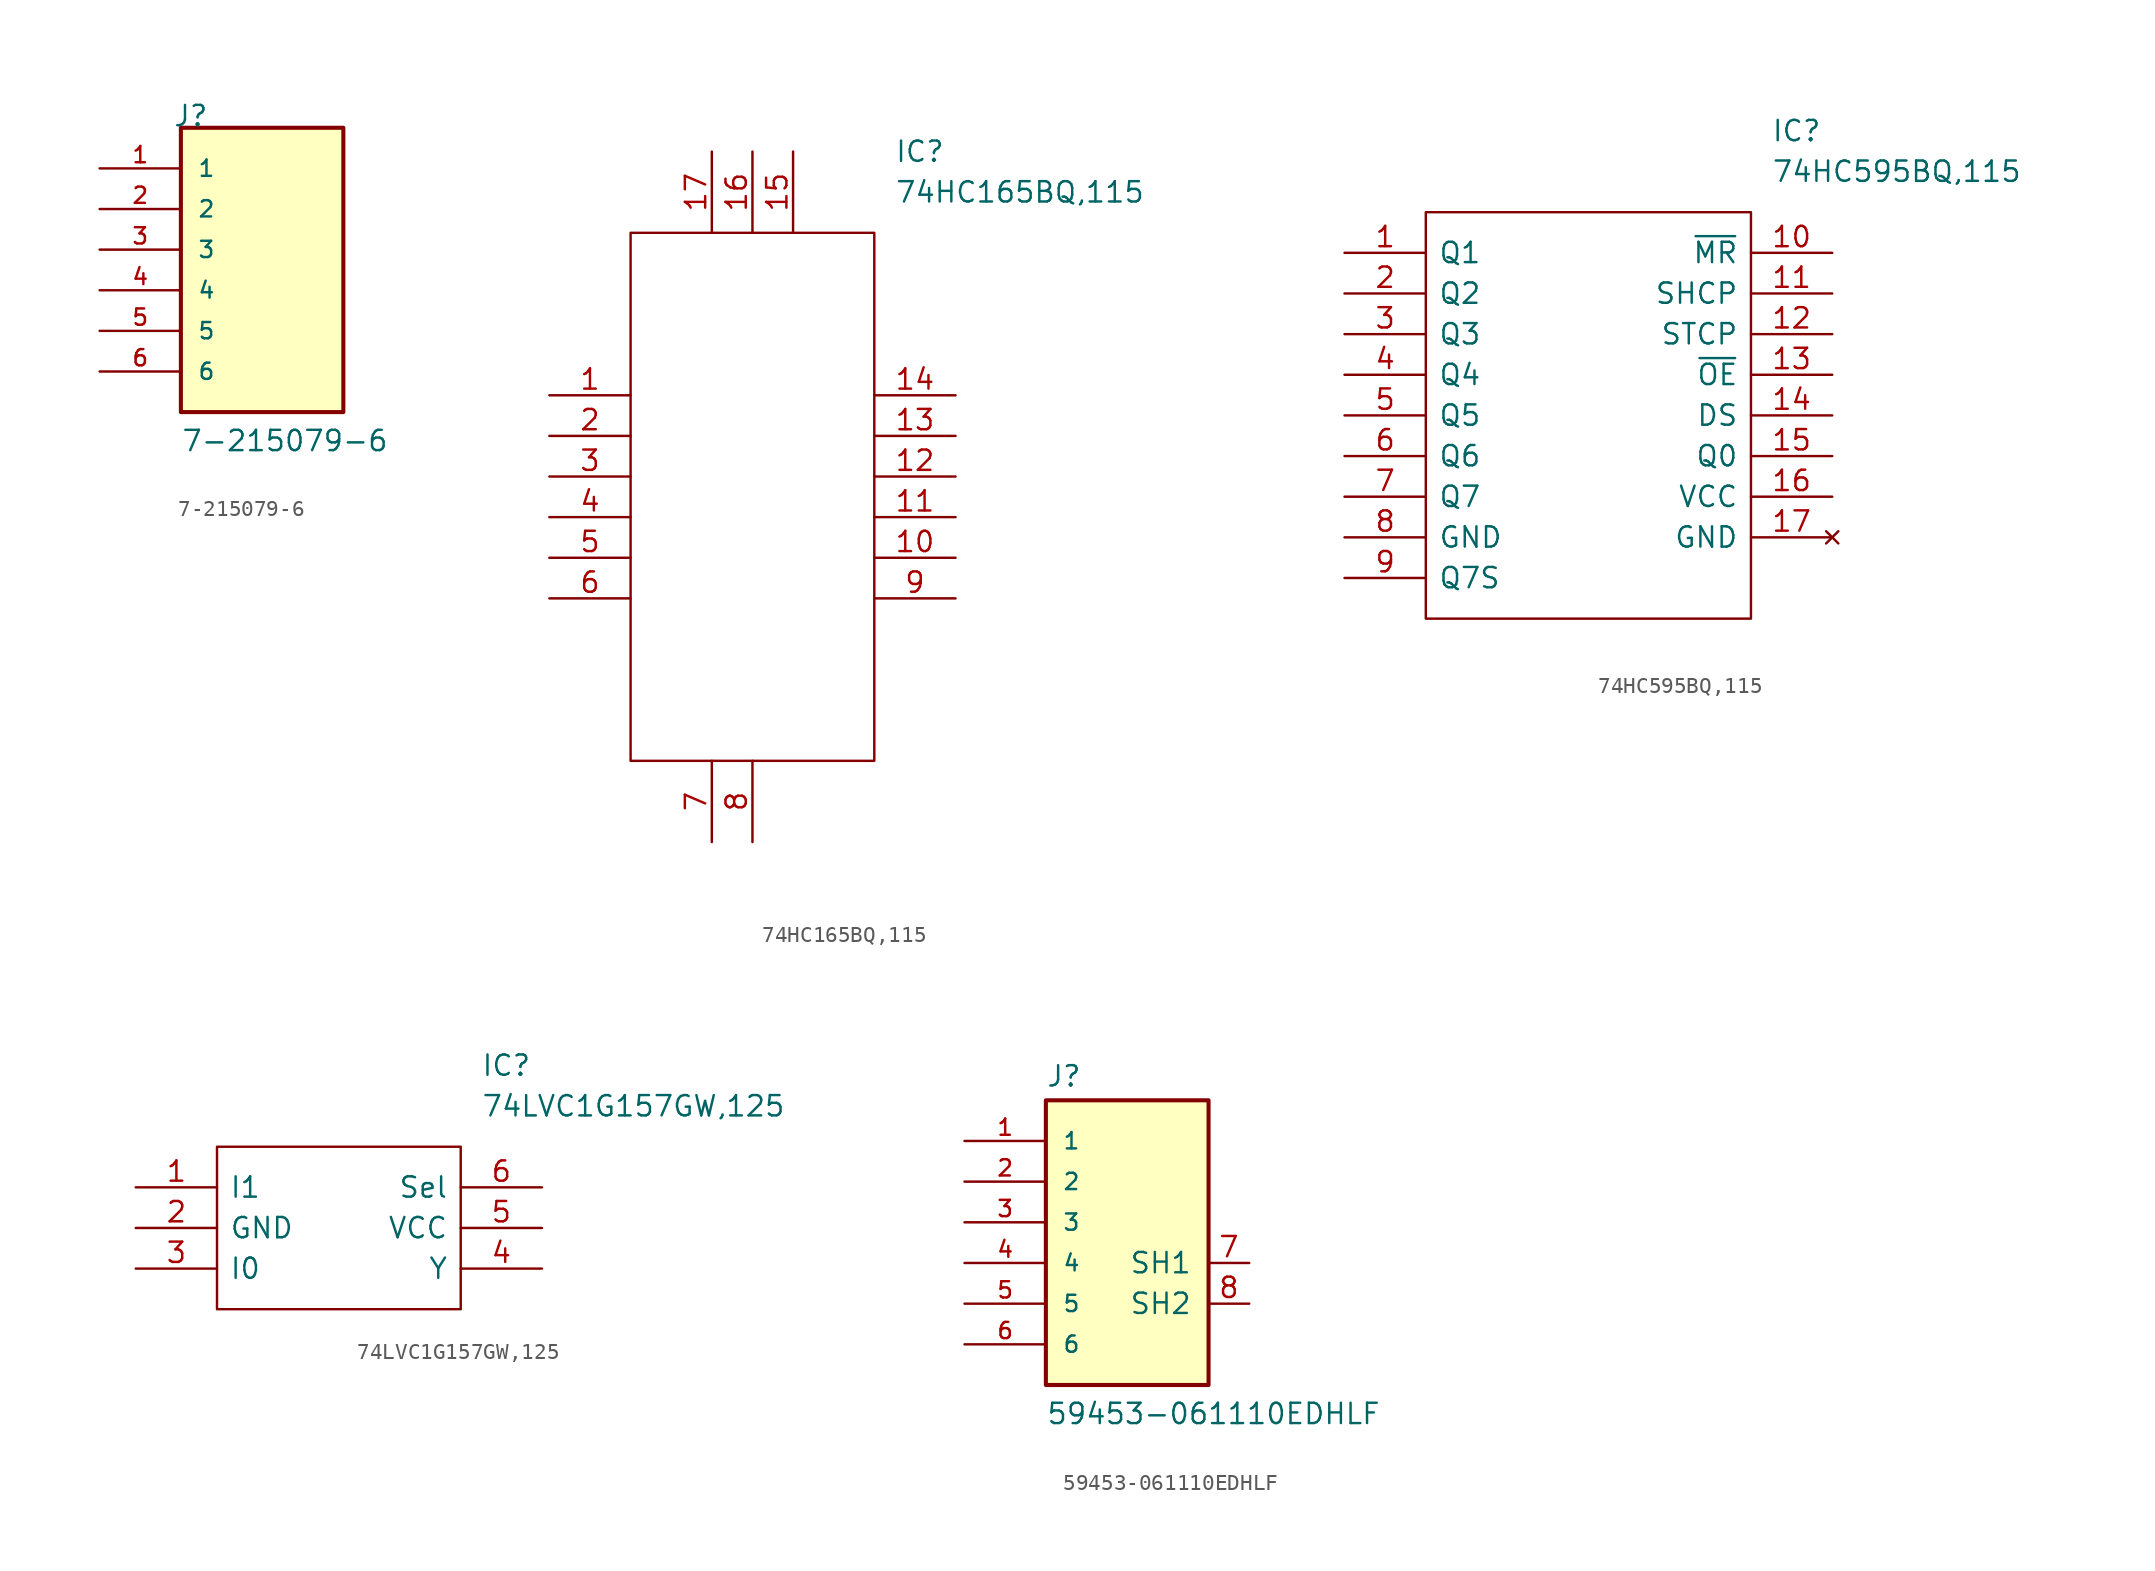
<source format=kicad_sym>
(kicad_symbol_lib
  (version 20241209)
  (generator "kicad_symbol_editor")
  (generator_version "9.0")
  (symbol "7-215079-6"
    (pin_names
      (offset 1.016))
    (property "Reference" "J"
      (at -5.588 10.16 0)
      (effects (font (size 1.27 1.27)) (justify left bottom)))
    (property "Value" "7-215079-6"
      (at -5.08 -10.16 0)
      (effects (font (size 1.27 1.27)) (justify left bottom)))
    (symbol "7-215079-6_0_0"
      (rectangle (start -5.08 -7.62) (end 5.08 10.16) (stroke (width 0.254) (type solid)) (fill (type background)))
      (pin passive line (at -10.16 7.62 0) (length 5.08) (name "1" (effects (font (size 1.016 1.016)))) (number "1" (effects (font (size 1.016 1.016)))))
      (pin passive line (at -10.16 5.08 0) (length 5.08) (name "2" (effects (font (size 1.016 1.016)))) (number "2" (effects (font (size 1.016 1.016)))))
      (pin passive line (at -10.16 2.54 0) (length 5.08) (name "3" (effects (font (size 1.016 1.016)))) (number "3" (effects (font (size 1.016 1.016)))))
      (pin passive line (at -10.16 0 0) (length 5.08) (name "4" (effects (font (size 1.016 1.016)))) (number "4" (effects (font (size 1.016 1.016)))))
      (pin passive line (at -10.16 -2.54 0) (length 5.08) (name "5" (effects (font (size 1.016 1.016)))) (number "5" (effects (font (size 1.016 1.016)))))
      (pin passive line (at -10.16 -5.08 0) (length 5.08) (name "6" (effects (font (size 1.016 1.016)))) (number "6" (effects (font (size 1.016 1.016)))))))
  (symbol "74HC165BQ,115"
    (pin_names
      (offset 0.762))
    (property "Reference" "IC"
      (at 21.59 15.24 0)
      (effects (font (size 1.27 1.27)) (justify left)))
    (property "Value" "74HC165BQ,115"
      (at 21.59 12.7 0)
      (effects (font (size 1.27 1.27)) (justify left)))
    (symbol "74HC165BQ,115_0_0"
      (pin unspecified line (at 0 0 0) (length 5.08) (name "~" (effects (font (size 1.27 1.27)))) (number "1" (effects (font (size 1.27 1.27)))))
      (pin unspecified line (at 0 -2.54 0) (length 5.08) (name "~" (effects (font (size 1.27 1.27)))) (number "2" (effects (font (size 1.27 1.27)))))
      (pin unspecified line (at 0 -5.08 0) (length 5.08) (name "~" (effects (font (size 1.27 1.27)))) (number "3" (effects (font (size 1.27 1.27)))))
      (pin unspecified line (at 0 -7.62 0) (length 5.08) (name "~" (effects (font (size 1.27 1.27)))) (number "4" (effects (font (size 1.27 1.27)))))
      (pin unspecified line (at 0 -10.16 0) (length 5.08) (name "~" (effects (font (size 1.27 1.27)))) (number "5" (effects (font (size 1.27 1.27)))))
      (pin unspecified line (at 0 -12.7 0) (length 5.08) (name "~" (effects (font (size 1.27 1.27)))) (number "6" (effects (font (size 1.27 1.27)))))
      (pin unspecified line (at 10.16 15.24 270) (length 5.08) (name "~" (effects (font (size 1.27 1.27)))) (number "17" (effects (font (size 1.27 1.27)))))
      (pin unspecified line (at 10.16 -27.94 90) (length 5.08) (name "~" (effects (font (size 1.27 1.27)))) (number "7" (effects (font (size 1.27 1.27)))))
      (pin unspecified line (at 12.7 15.24 270) (length 5.08) (name "~" (effects (font (size 1.27 1.27)))) (number "16" (effects (font (size 1.27 1.27)))))
      (pin unspecified line (at 12.7 -27.94 90) (length 5.08) (name "~" (effects (font (size 1.27 1.27)))) (number "8" (effects (font (size 1.27 1.27)))))
      (pin unspecified line (at 15.24 15.24 270) (length 5.08) (name "~" (effects (font (size 1.27 1.27)))) (number "15" (effects (font (size 1.27 1.27)))))
      (pin unspecified line (at 25.4 0 180) (length 5.08) (name "~" (effects (font (size 1.27 1.27)))) (number "14" (effects (font (size 1.27 1.27)))))
      (pin unspecified line (at 25.4 -2.54 180) (length 5.08) (name "~" (effects (font (size 1.27 1.27)))) (number "13" (effects (font (size 1.27 1.27)))))
      (pin unspecified line (at 25.4 -5.08 180) (length 5.08) (name "~" (effects (font (size 1.27 1.27)))) (number "12" (effects (font (size 1.27 1.27)))))
      (pin unspecified line (at 25.4 -7.62 180) (length 5.08) (name "~" (effects (font (size 1.27 1.27)))) (number "11" (effects (font (size 1.27 1.27)))))
      (pin unspecified line (at 25.4 -10.16 180) (length 5.08) (name "~" (effects (font (size 1.27 1.27)))) (number "10" (effects (font (size 1.27 1.27)))))
      (pin unspecified line (at 25.4 -12.7 180) (length 5.08) (name "~" (effects (font (size 1.27 1.27)))) (number "9" (effects (font (size 1.27 1.27))))))
    (symbol "74HC165BQ,115_0_1"
      (polyline (pts (xy 5.08 10.16) (xy 20.32 10.16) (xy 20.32 -22.86) (xy 5.08 -22.86) (xy 5.08 10.16)) (stroke (width 0.152) (type solid)) (fill (type none)))))
  (symbol "74HC595BQ,115"
    (pin_names
      (offset 0.762))
    (property "Reference" "IC"
      (at 26.67 7.62 0)
      (effects (font (size 1.27 1.27)) (justify left)))
    (property "Value" "74HC595BQ,115"
      (at 26.67 5.08 0)
      (effects (font (size 1.27 1.27)) (justify left)))
    (symbol "74HC595BQ,115_0_0"
      (pin tri_state line (at 0 0 0) (length 5.08) (name "Q1" (effects (font (size 1.27 1.27)))) (number "1" (effects (font (size 1.27 1.27)))))
      (pin tri_state line (at 0 -2.54 0) (length 5.08) (name "Q2" (effects (font (size 1.27 1.27)))) (number "2" (effects (font (size 1.27 1.27)))))
      (pin tri_state line (at 0 -5.08 0) (length 5.08) (name "Q3" (effects (font (size 1.27 1.27)))) (number "3" (effects (font (size 1.27 1.27)))))
      (pin tri_state line (at 0 -7.62 0) (length 5.08) (name "Q4" (effects (font (size 1.27 1.27)))) (number "4" (effects (font (size 1.27 1.27)))))
      (pin tri_state line (at 0 -10.16 0) (length 5.08) (name "Q5" (effects (font (size 1.27 1.27)))) (number "5" (effects (font (size 1.27 1.27)))))
      (pin tri_state line (at 0 -12.7 0) (length 5.08) (name "Q6" (effects (font (size 1.27 1.27)))) (number "6" (effects (font (size 1.27 1.27)))))
      (pin tri_state line (at 0 -15.24 0) (length 5.08) (name "Q7" (effects (font (size 1.27 1.27)))) (number "7" (effects (font (size 1.27 1.27)))))
      (pin power_in line (at 0 -17.78 0) (length 5.08) (name "GND" (effects (font (size 1.27 1.27)))) (number "8" (effects (font (size 1.27 1.27)))))
      (pin output line (at 0 -20.32 0) (length 5.08) (name "Q7S" (effects (font (size 1.27 1.27)))) (number "9" (effects (font (size 1.27 1.27)))))
      (pin input line (at 30.48 0 180) (length 5.08) (name "~{MR}" (effects (font (size 1.27 1.27)))) (number "10" (effects (font (size 1.27 1.27)))))
      (pin input line (at 30.48 -2.54 180) (length 5.08) (name "SHCP" (effects (font (size 1.27 1.27)))) (number "11" (effects (font (size 1.27 1.27)))))
      (pin input line (at 30.48 -5.08 180) (length 5.08) (name "STCP" (effects (font (size 1.27 1.27)))) (number "12" (effects (font (size 1.27 1.27)))))
      (pin input line (at 30.48 -7.62 180) (length 5.08) (name "~{OE}" (effects (font (size 1.27 1.27)))) (number "13" (effects (font (size 1.27 1.27)))))
      (pin input line (at 30.48 -10.16 180) (length 5.08) (name "DS" (effects (font (size 1.27 1.27)))) (number "14" (effects (font (size 1.27 1.27)))))
      (pin tri_state line (at 30.48 -12.7 180) (length 5.08) (name "Q0" (effects (font (size 1.27 1.27)))) (number "15" (effects (font (size 1.27 1.27)))))
      (pin power_in line (at 30.48 -15.24 180) (length 5.08) (name "VCC" (effects (font (size 1.27 1.27)))) (number "16" (effects (font (size 1.27 1.27)))))
      (pin no_connect line (at 30.48 -17.78 180) (length 5.08) (name "GND" (effects (font (size 1.27 1.27)))) (number "17" (effects (font (size 1.27 1.27))))))
    (symbol "74HC595BQ,115_0_1"
      (polyline (pts (xy 5.08 2.54) (xy 25.4 2.54) (xy 25.4 -22.86) (xy 5.08 -22.86) (xy 5.08 2.54)) (stroke (width 0.152) (type solid)) (fill (type none)))))
  (symbol "74LVC1G157GW,125"
    (pin_names
      (offset 0.762))
    (property "Reference" "IC"
      (at 21.59 7.62 0)
      (effects (font (size 1.27 1.27)) (justify left)))
    (property "Value" "74LVC1G157GW,125"
      (at 21.59 5.08 0)
      (effects (font (size 1.27 1.27)) (justify left)))
    (symbol "74LVC1G157GW,125_0_0"
      (pin input line (at 0 0 0) (length 5.08) (name "I1" (effects (font (size 1.27 1.27)))) (number "1" (effects (font (size 1.27 1.27)))))
      (pin unspecified line (at 0 -2.54 0) (length 5.08) (name "GND" (effects (font (size 1.27 1.27)))) (number "2" (effects (font (size 1.27 1.27)))))
      (pin input line (at 0 -5.08 0) (length 5.08) (name "I0" (effects (font (size 1.27 1.27)))) (number "3" (effects (font (size 1.27 1.27)))))
      (pin input line (at 25.4 0 180) (length 5.08) (name "Sel" (effects (font (size 1.27 1.27)))) (number "6" (effects (font (size 1.27 1.27)))))
      (pin unspecified line (at 25.4 -2.54 180) (length 5.08) (name "VCC" (effects (font (size 1.27 1.27)))) (number "5" (effects (font (size 1.27 1.27)))))
      (pin output line (at 25.4 -5.08 180) (length 5.08) (name "Y" (effects (font (size 1.27 1.27)))) (number "4" (effects (font (size 1.27 1.27))))))
    (symbol "74LVC1G157GW,125_0_1"
      (polyline (pts (xy 5.08 2.54) (xy 20.32 2.54) (xy 20.32 -7.62) (xy 5.08 -7.62) (xy 5.08 2.54)) (stroke (width 0.152) (type solid)) (fill (type none)))))
  (symbol "59453-061110EDHLF"
    (pin_names
      (offset 1.016))
    (property "Reference" "J"
      (at -5.08 8.382 0)
      (effects (font (size 1.27 1.27)) (justify left bottom)))
    (property "Value" "59453-061110EDHLF"
      (at -5.08 -12.7 0)
      (effects (font (size 1.27 1.27)) (justify left bottom)))
    (symbol "59453-061110EDHLF_0_0"
      (rectangle (start -5.08 -10.16) (end 5.08 7.62) (stroke (width 0.254) (type solid)) (fill (type background)))
      (pin passive line (at -10.16 5.08 0) (length 5.08) (name "1" (effects (font (size 1.016 1.016)))) (number "1" (effects (font (size 1.016 1.016)))))
      (pin passive line (at -10.16 2.54 0) (length 5.08) (name "2" (effects (font (size 1.016 1.016)))) (number "2" (effects (font (size 1.016 1.016)))))
      (pin passive line (at -10.16 0 0) (length 5.08) (name "3" (effects (font (size 1.016 1.016)))) (number "3" (effects (font (size 1.016 1.016)))))
      (pin passive line (at -10.16 -2.54 0) (length 5.08) (name "4" (effects (font (size 1.016 1.016)))) (number "4" (effects (font (size 1.016 1.016)))))
      (pin passive line (at -10.16 -5.08 0) (length 5.08) (name "5" (effects (font (size 1.016 1.016)))) (number "5" (effects (font (size 1.016 1.016)))))
      (pin passive line (at -10.16 -7.62 0) (length 5.08) (name "6" (effects (font (size 1.016 1.016)))) (number "6" (effects (font (size 1.016 1.016)))))
      (pin passive line (at 7.62 -2.54 180) (length 2.54) (name "SH1" (effects (font (size 1.27 1.27)))) (number "7" (effects (font (size 1.27 1.27)))))
      (pin passive line (at 7.62 -5.08 180) (length 2.54) (name "SH2" (effects (font (size 1.27 1.27)))) (number "8" (effects (font (size 1.27 1.27))))))))
</source>
